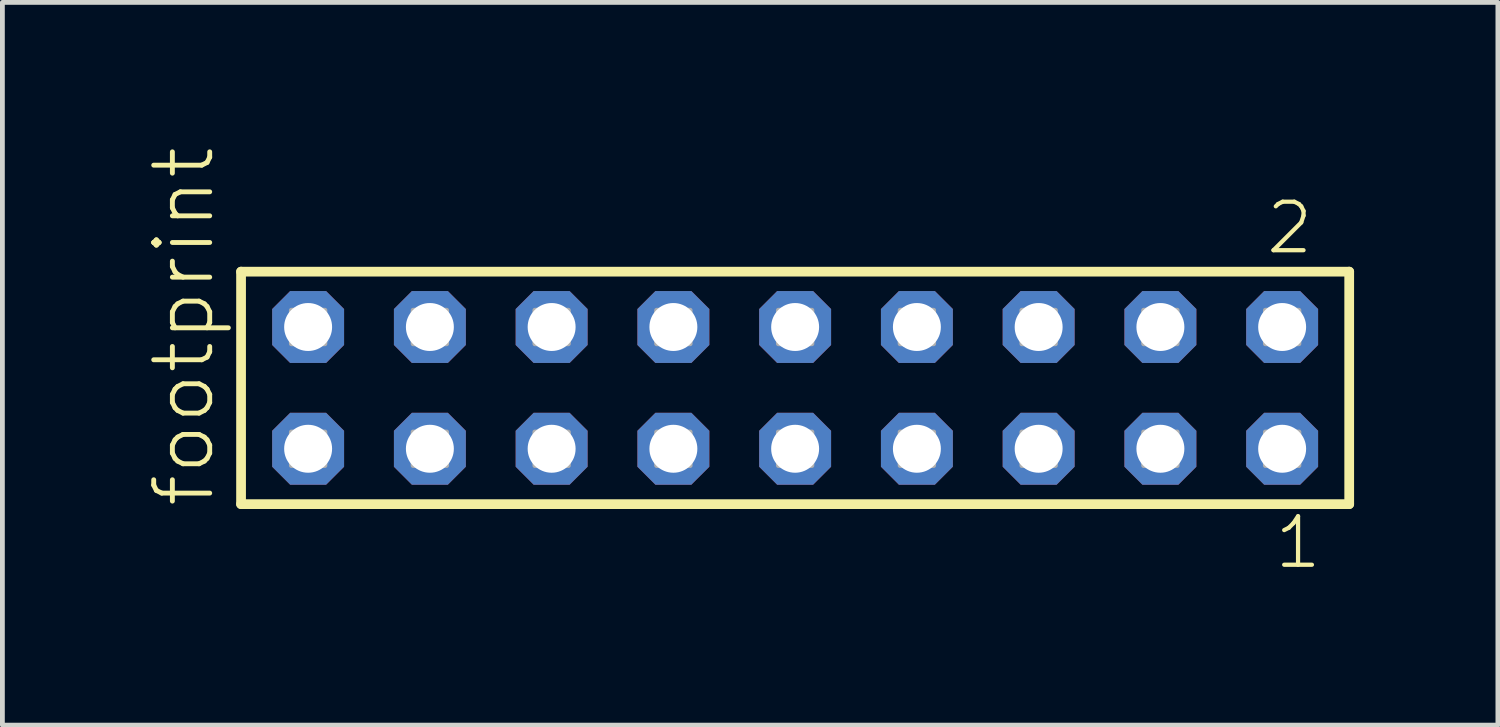
<source format=kicad_pcb>
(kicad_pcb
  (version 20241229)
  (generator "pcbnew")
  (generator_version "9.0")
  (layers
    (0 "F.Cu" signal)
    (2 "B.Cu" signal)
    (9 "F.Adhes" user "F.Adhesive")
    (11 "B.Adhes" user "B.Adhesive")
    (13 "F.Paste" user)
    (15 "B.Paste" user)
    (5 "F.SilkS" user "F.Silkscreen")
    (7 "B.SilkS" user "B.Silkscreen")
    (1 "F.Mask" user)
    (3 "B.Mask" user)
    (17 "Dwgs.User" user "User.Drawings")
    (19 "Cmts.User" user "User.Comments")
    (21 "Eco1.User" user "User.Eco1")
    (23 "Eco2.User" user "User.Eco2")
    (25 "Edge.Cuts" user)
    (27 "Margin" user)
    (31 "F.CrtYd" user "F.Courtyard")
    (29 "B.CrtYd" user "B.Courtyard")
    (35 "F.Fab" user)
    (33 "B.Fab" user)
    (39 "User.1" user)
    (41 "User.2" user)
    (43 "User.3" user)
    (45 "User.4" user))
  (footprint "footprint"
    (layer "F.Cu")
    (at 13.538 5.042)
    (property "Reference" "footprint" (at -12.065 2.54 90) (layer "F.SilkS") (effects (font (size 1.168 1.168) (thickness 0.102)) (justify left bottom)))
    (fp_line (start -11.559 -2.425) (end 11.559 -2.425) (stroke (width 0.203) (type solid)) (layer "F.SilkS"))
    (fp_line (start -11.559 2.425) (end -11.559 -2.425) (stroke (width 0.203) (type solid)) (layer "F.SilkS"))
    (fp_line (start 11.559 -2.425) (end 11.559 2.425) (stroke (width 0.203) (type solid)) (layer "F.SilkS"))
    (fp_line (start 11.559 2.425) (end -11.559 2.425) (stroke (width 0.203) (type solid)) (layer "F.SilkS"))
    (fp_poly (pts (xy -10.51 -0.92) (xy -9.81 -0.92) (xy -9.81 -1.62) (xy -10.51 -1.62)) (stroke (width 0.1) (type solid)) (fill no) (layer "F.Fab"))
    (fp_poly (pts (xy -10.51 1.62) (xy -9.81 1.62) (xy -9.81 0.92) (xy -10.51 0.92)) (stroke (width 0.1) (type solid)) (fill no) (layer "F.Fab"))
    (fp_poly (pts (xy -7.97 -0.92) (xy -7.27 -0.92) (xy -7.27 -1.62) (xy -7.97 -1.62)) (stroke (width 0.1) (type solid)) (fill no) (layer "F.Fab"))
    (fp_poly (pts (xy -7.97 1.62) (xy -7.27 1.62) (xy -7.27 0.92) (xy -7.97 0.92)) (stroke (width 0.1) (type solid)) (fill no) (layer "F.Fab"))
    (fp_poly (pts (xy -5.43 -0.92) (xy -4.73 -0.92) (xy -4.73 -1.62) (xy -5.43 -1.62)) (stroke (width 0.1) (type solid)) (fill no) (layer "F.Fab"))
    (fp_poly (pts (xy -5.43 1.62) (xy -4.73 1.62) (xy -4.73 0.92) (xy -5.43 0.92)) (stroke (width 0.1) (type solid)) (fill no) (layer "F.Fab"))
    (fp_poly (pts (xy -2.89 -0.92) (xy -2.19 -0.92) (xy -2.19 -1.62) (xy -2.89 -1.62)) (stroke (width 0.1) (type solid)) (fill no) (layer "F.Fab"))
    (fp_poly (pts (xy -2.89 1.62) (xy -2.19 1.62) (xy -2.19 0.92) (xy -2.89 0.92)) (stroke (width 0.1) (type solid)) (fill no) (layer "F.Fab"))
    (fp_poly (pts (xy -0.35 -0.92) (xy 0.35 -0.92) (xy 0.35 -1.62) (xy -0.35 -1.62)) (stroke (width 0.1) (type solid)) (fill no) (layer "F.Fab"))
    (fp_poly (pts (xy -0.35 1.62) (xy 0.35 1.62) (xy 0.35 0.92) (xy -0.35 0.92)) (stroke (width 0.1) (type solid)) (fill no) (layer "F.Fab"))
    (fp_poly (pts (xy 2.19 -0.92) (xy 2.89 -0.92) (xy 2.89 -1.62) (xy 2.19 -1.62)) (stroke (width 0.1) (type solid)) (fill no) (layer "F.Fab"))
    (fp_poly (pts (xy 2.19 1.62) (xy 2.89 1.62) (xy 2.89 0.92) (xy 2.19 0.92)) (stroke (width 0.1) (type solid)) (fill no) (layer "F.Fab"))
    (fp_poly (pts (xy 4.73 -0.92) (xy 5.43 -0.92) (xy 5.43 -1.62) (xy 4.73 -1.62)) (stroke (width 0.1) (type solid)) (fill no) (layer "F.Fab"))
    (fp_poly (pts (xy 4.73 1.62) (xy 5.43 1.62) (xy 5.43 0.92) (xy 4.73 0.92)) (stroke (width 0.1) (type solid)) (fill no) (layer "F.Fab"))
    (fp_poly (pts (xy 7.27 -0.92) (xy 7.97 -0.92) (xy 7.97 -1.62) (xy 7.27 -1.62)) (stroke (width 0.1) (type solid)) (fill no) (layer "F.Fab"))
    (fp_poly (pts (xy 7.27 1.62) (xy 7.97 1.62) (xy 7.97 0.92) (xy 7.27 0.92)) (stroke (width 0.1) (type solid)) (fill no) (layer "F.Fab"))
    (fp_poly (pts (xy 9.81 -0.92) (xy 10.51 -0.92) (xy 10.51 -1.62) (xy 9.81 -1.62)) (stroke (width 0.1) (type solid)) (fill no) (layer "F.Fab"))
    (fp_poly (pts (xy 9.81 1.62) (xy 10.51 1.62) (xy 10.51 0.92) (xy 9.81 0.92)) (stroke (width 0.1) (type solid)) (fill no) (layer "F.Fab"))
    (fp_text user "2" (at 9.777 -2.744 0) (layer "F.SilkS") (effects (font (size 1.012 1.012) (thickness 0.088)) (justify left bottom)))
    (fp_text user "1" (at 9.952 3.818 0) (layer "F.SilkS") (effects (font (size 1.012 1.012) (thickness 0.088)) (justify left bottom)))
    (pad "1" thru_hole roundrect (at 10.16 1.27 180) (size 1.5 1.5) (drill 1) (layers "*.Cu" "*.Mask") (roundrect_rratio 0.25) (chamfer_ratio 0.25) (chamfer top_left top_right bottom_left bottom_right))
    (pad "2" thru_hole roundrect (at 10.16 -1.27 180) (size 1.5 1.5) (drill 1) (layers "*.Cu" "*.Mask") (roundrect_rratio 0.25) (chamfer_ratio 0.25) (chamfer top_left top_right bottom_left bottom_right))
    (pad "3" thru_hole roundrect (at 7.62 1.27 180) (size 1.5 1.5) (drill 1) (layers "*.Cu" "*.Mask") (roundrect_rratio 0.25) (chamfer_ratio 0.25) (chamfer top_left top_right bottom_left bottom_right))
    (pad "4" thru_hole roundrect (at 7.62 -1.27 180) (size 1.5 1.5) (drill 1) (layers "*.Cu" "*.Mask") (roundrect_rratio 0.25) (chamfer_ratio 0.25) (chamfer top_left top_right bottom_left bottom_right))
    (pad "5" thru_hole roundrect (at 5.08 1.27 180) (size 1.5 1.5) (drill 1) (layers "*.Cu" "*.Mask") (roundrect_rratio 0.25) (chamfer_ratio 0.25) (chamfer top_left top_right bottom_left bottom_right))
    (pad "6" thru_hole roundrect (at 5.08 -1.27 180) (size 1.5 1.5) (drill 1) (layers "*.Cu" "*.Mask") (roundrect_rratio 0.25) (chamfer_ratio 0.25) (chamfer top_left top_right bottom_left bottom_right))
    (pad "7" thru_hole roundrect (at 2.54 1.27 180) (size 1.5 1.5) (drill 1) (layers "*.Cu" "*.Mask") (roundrect_rratio 0.25) (chamfer_ratio 0.25) (chamfer top_left top_right bottom_left bottom_right))
    (pad "8" thru_hole roundrect (at 2.54 -1.27 180) (size 1.5 1.5) (drill 1) (layers "*.Cu" "*.Mask") (roundrect_rratio 0.25) (chamfer_ratio 0.25) (chamfer top_left top_right bottom_left bottom_right))
    (pad "9" thru_hole roundrect (at 0 1.27 180) (size 1.5 1.5) (drill 1) (layers "*.Cu" "*.Mask") (roundrect_rratio 0.25) (chamfer_ratio 0.25) (chamfer top_left top_right bottom_left bottom_right))
    (pad "10" thru_hole roundrect (at 0 -1.27 180) (size 1.5 1.5) (drill 1) (layers "*.Cu" "*.Mask") (roundrect_rratio 0.25) (chamfer_ratio 0.25) (chamfer top_left top_right bottom_left bottom_right))
    (pad "11" thru_hole roundrect (at -2.54 1.27 180) (size 1.5 1.5) (drill 1) (layers "*.Cu" "*.Mask") (roundrect_rratio 0.25) (chamfer_ratio 0.25) (chamfer top_left top_right bottom_left bottom_right))
    (pad "12" thru_hole roundrect (at -2.54 -1.27 180) (size 1.5 1.5) (drill 1) (layers "*.Cu" "*.Mask") (roundrect_rratio 0.25) (chamfer_ratio 0.25) (chamfer top_left top_right bottom_left bottom_right))
    (pad "13" thru_hole roundrect (at -5.08 1.27 180) (size 1.5 1.5) (drill 1) (layers "*.Cu" "*.Mask") (roundrect_rratio 0.25) (chamfer_ratio 0.25) (chamfer top_left top_right bottom_left bottom_right))
    (pad "14" thru_hole roundrect (at -5.08 -1.27 180) (size 1.5 1.5) (drill 1) (layers "*.Cu" "*.Mask") (roundrect_rratio 0.25) (chamfer_ratio 0.25) (chamfer top_left top_right bottom_left bottom_right))
    (pad "15" thru_hole roundrect (at -7.62 1.27 180) (size 1.5 1.5) (drill 1) (layers "*.Cu" "*.Mask") (roundrect_rratio 0.25) (chamfer_ratio 0.25) (chamfer top_left top_right bottom_left bottom_right))
    (pad "16" thru_hole roundrect (at -7.62 -1.27 180) (size 1.5 1.5) (drill 1) (layers "*.Cu" "*.Mask") (roundrect_rratio 0.25) (chamfer_ratio 0.25) (chamfer top_left top_right bottom_left bottom_right))
    (pad "17" thru_hole roundrect (at -10.16 1.27 180) (size 1.5 1.5) (drill 1) (layers "*.Cu" "*.Mask") (roundrect_rratio 0.25) (chamfer_ratio 0.25) (chamfer top_left top_right bottom_left bottom_right))
    (pad "18" thru_hole roundrect (at -10.16 -1.27 180) (size 1.5 1.5) (drill 1) (layers "*.Cu" "*.Mask") (roundrect_rratio 0.25) (chamfer_ratio 0.25) (chamfer top_left top_right bottom_left bottom_right)))
  (gr_rect
    (start -3 -3)
    (end 28.199 12.077)
    (stroke (width 0.1) (type default))
    (fill no)
    (layer "Edge.Cuts")))
</source>
